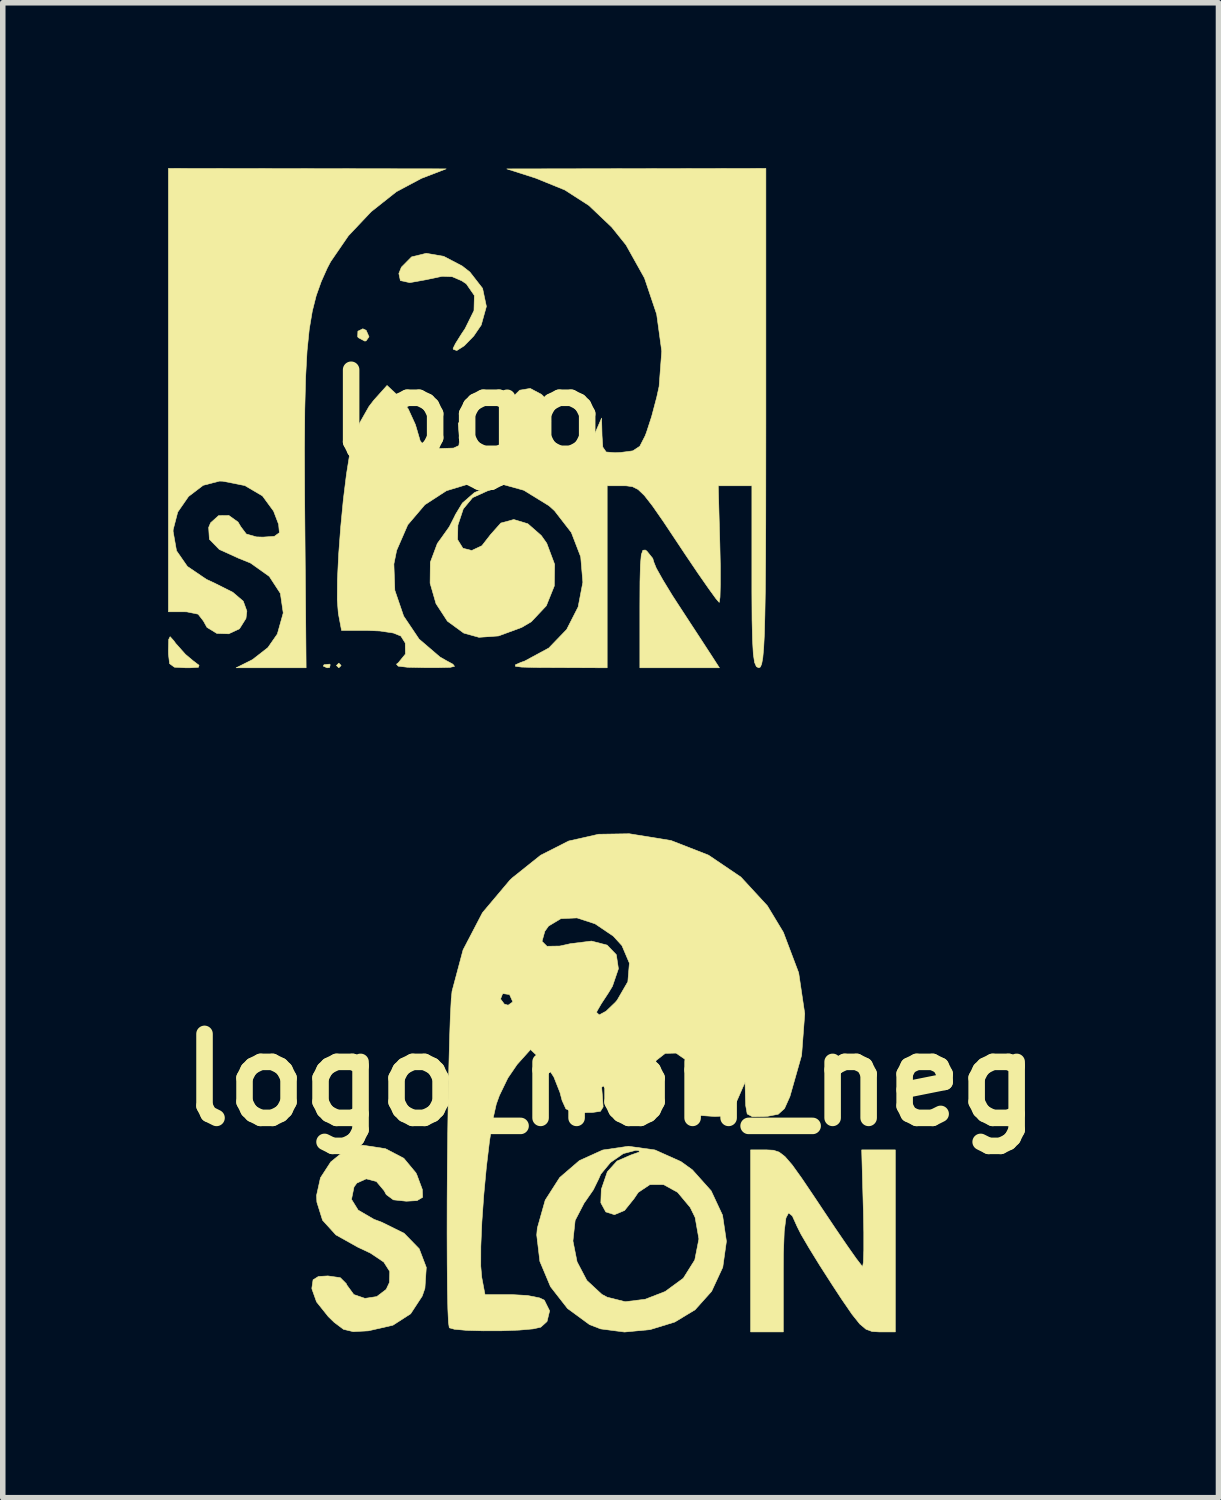
<source format=kicad_pcb>
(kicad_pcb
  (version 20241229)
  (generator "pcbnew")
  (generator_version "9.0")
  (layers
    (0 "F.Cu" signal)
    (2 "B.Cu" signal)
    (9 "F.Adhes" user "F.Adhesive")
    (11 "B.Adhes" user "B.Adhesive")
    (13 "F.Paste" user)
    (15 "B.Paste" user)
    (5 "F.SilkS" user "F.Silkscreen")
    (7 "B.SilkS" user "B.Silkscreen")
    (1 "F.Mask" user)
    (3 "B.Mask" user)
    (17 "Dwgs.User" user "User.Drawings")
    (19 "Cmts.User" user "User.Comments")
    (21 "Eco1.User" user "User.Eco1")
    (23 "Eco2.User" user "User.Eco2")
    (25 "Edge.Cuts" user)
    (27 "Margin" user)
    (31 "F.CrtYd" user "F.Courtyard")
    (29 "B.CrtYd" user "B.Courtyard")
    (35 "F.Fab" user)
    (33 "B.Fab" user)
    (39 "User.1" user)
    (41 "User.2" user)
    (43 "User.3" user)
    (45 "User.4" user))
  (footprint "logo_non_neg"
    (layer "F.Cu")
    (at 8.026 16.539)
    (property "Reference" "logo_non_neg" (at 0 0 0) (layer "F.SilkS") (effects (font (size 1.524 1.524) (thickness 0.3))))
    (attr through_hole)
    (fp_poly (pts (xy 2.954 1.276) (xy 3.057 1.31) (xy 3.163 1.391) (xy 3.293 1.541) (xy 3.466 1.782) (xy 3.704 2.135) (xy 3.831 2.326) (xy 4.078 2.695) (xy 4.292 3.008) (xy 4.456 3.241) (xy 4.554 3.368) (xy 4.572 3.385) (xy 4.586 3.306) (xy 4.593 3.09) (xy 4.593 2.769) (xy 4.586 2.375) (xy 4.584 2.328) (xy 4.555 1.27) (xy 5.165 1.27) (xy 5.165 4.572) (xy 4.872 4.572) (xy 4.743 4.564) (xy 4.634 4.524) (xy 4.521 4.429) (xy 4.381 4.254) (xy 4.19 3.976) (xy 4.019 3.715) (xy 3.793 3.363) (xy 3.598 3.046) (xy 3.454 2.8) (xy 3.386 2.665) (xy 3.297 2.468) (xy 3.229 2.413) (xy 3.181 2.504) (xy 3.15 2.748) (xy 3.135 3.151) (xy 3.133 3.466) (xy 3.133 4.572) (xy 2.54 4.572) (xy 2.54 1.27) (xy 2.836 1.27) (xy 2.954 1.276)) (stroke (width 0.01) (type solid)) (fill yes) (layer "F.SilkS"))
    (fp_poly (pts (xy -4.084 1.248) (xy -3.751 1.422) (xy -3.53 1.688) (xy -3.511 1.73) (xy -3.415 1.988) (xy -3.41 2.13) (xy -3.511 2.19) (xy -3.705 2.201) (xy -3.94 2.176) (xy -4.07 2.08) (xy -4.107 2.011) (xy -4.248 1.843) (xy -4.433 1.795) (xy -4.603 1.872) (xy -4.654 1.942) (xy -4.7 2.167) (xy -4.579 2.362) (xy -4.293 2.529) (xy -4.151 2.582) (xy -3.745 2.783) (xy -3.472 3.063) (xy -3.343 3.402) (xy -3.368 3.78) (xy -3.417 3.922) (xy -3.627 4.243) (xy -3.948 4.45) (xy -4.393 4.552) (xy -4.405 4.553) (xy -4.668 4.567) (xy -4.845 4.525) (xy -5.014 4.398) (xy -5.12 4.295) (xy -5.334 4.027) (xy -5.418 3.792) (xy -5.419 3.776) (xy -5.397 3.627) (xy -5.3 3.566) (xy -5.128 3.556) (xy -4.903 3.588) (xy -4.794 3.697) (xy -4.785 3.721) (xy -4.658 3.894) (xy -4.457 3.963) (xy -4.242 3.931) (xy -4.071 3.801) (xy -4.012 3.676) (xy -4.006 3.475) (xy -4.114 3.305) (xy -4.355 3.143) (xy -4.588 3.033) (xy -4.983 2.812) (xy -5.225 2.546) (xy -5.328 2.217) (xy -5.334 2.097) (xy -5.263 1.776) (xy -5.076 1.488) (xy -4.816 1.277) (xy -4.521 1.186) (xy -4.493 1.185) (xy -4.084 1.248)) (stroke (width 0.01) (type solid)) (fill yes) (layer "F.SilkS"))
    (fp_poly (pts (xy 0.805 1.271) (xy 1.276 1.482) (xy 1.484 1.632) (xy 1.824 2.012) (xy 2.031 2.455) (xy 2.101 2.928) (xy 2.035 3.399) (xy 1.833 3.835) (xy 1.533 4.17) (xy 1.164 4.393) (xy 0.717 4.53) (xy 0.25 4.574) (xy -0.181 4.517) (xy -0.381 4.44) (xy -0.781 4.147) (xy -1.09 3.751) (xy -1.283 3.292) (xy -1.327 2.922) (xy -0.683 2.922) (xy -0.608 3.3) (xy -0.43 3.639) (xy -0.159 3.89) (xy -0.062 3.942) (xy 0.266 4.024) (xy 0.629 3.979) (xy 0.99 3.839) (xy 1.319 3.598) (xy 1.527 3.267) (xy 1.602 2.886) (xy 1.533 2.494) (xy 1.444 2.313) (xy 1.215 2.039) (xy 0.962 1.9) (xy 0.714 1.899) (xy 0.502 2.041) (xy 0.425 2.155) (xy 0.253 2.369) (xy 0.07 2.445) (xy -0.087 2.395) (xy -0.177 2.23) (xy -0.168 1.985) (xy -0.059 1.667) (xy 0.117 1.472) (xy 0.37 1.362) (xy 0.522 1.309) (xy 0.513 1.283) (xy 0.456 1.278) (xy 0.231 1.337) (xy -0.002 1.498) (xy -0.178 1.71) (xy -0.218 1.801) (xy -0.313 1.995) (xy -0.464 2.213) (xy -0.477 2.229) (xy -0.643 2.549) (xy -0.683 2.922) (xy -1.327 2.922) (xy -1.34 2.813) (xy -1.329 2.689) (xy -1.186 2.182) (xy -0.923 1.771) (xy -0.566 1.464) (xy -0.142 1.272) (xy 0.324 1.204) (xy 0.805 1.271)) (stroke (width 0.01) (type solid)) (fill yes) (layer "F.SilkS"))
    (fp_poly (pts (xy 1.097 -4.342) (xy 1.776 -4.077) (xy 2.363 -3.68) (xy 2.844 -3.158) (xy 3.134 -2.678) (xy 3.412 -1.942) (xy 3.522 -1.2) (xy 3.465 -0.445) (xy 3.253 0.301) (xy 3.155 0.52) (xy 3.041 0.623) (xy 2.851 0.66) (xy 2.789 0.665) (xy 2.574 0.669) (xy 2.478 0.618) (xy 2.451 0.467) (xy 2.447 0.363) (xy 2.439 0.042) (xy 2.299 0.363) (xy 2.196 0.566) (xy 2.084 0.653) (xy 1.896 0.664) (xy 1.82 0.659) (xy 1.482 0.635) (xy 1.511 0.227) (xy 1.508 -0.082) (xy 1.437 -0.285) (xy 1.392 -0.344) (xy 1.187 -0.486) (xy 0.991 -0.481) (xy 0.828 -0.354) (xy 0.726 -0.126) (xy 0.709 0.179) (xy 0.719 0.251) (xy 0.777 0.593) (xy 0.431 0.593) (xy 0.179 0.567) (xy 0.085 0.491) (xy 0.085 0.482) (xy 0.035 0.334) (xy -0.047 0.207) (xy -0.135 0.108) (xy -0.162 0.136) (xy -0.147 0.311) (xy -0.147 0.318) (xy -0.135 0.491) (xy -0.184 0.57) (xy -0.337 0.592) (xy -0.47 0.593) (xy -0.693 0.583) (xy -0.811 0.525) (xy -0.88 0.373) (xy -0.918 0.229) (xy -1.029 -0.052) (xy -1.189 -0.297) (xy -1.231 -0.342) (xy -1.453 -0.55) (xy -1.696 -0.279) (xy -1.864 -0.033) (xy -2.017 0.283) (xy -2.074 0.441) (xy -2.136 0.719) (xy -2.197 1.113) (xy -2.253 1.582) (xy -2.3 2.084) (xy -2.335 2.578) (xy -2.354 3.023) (xy -2.355 3.378) (xy -2.337 3.583) (xy -2.278 3.895) (xy -1.791 3.895) (xy -1.507 3.911) (xy -1.287 3.955) (xy -1.202 3.996) (xy -1.106 4.189) (xy -1.153 4.383) (xy -1.267 4.486) (xy -1.406 4.517) (xy -1.658 4.539) (xy -1.973 4.551) (xy -2.306 4.552) (xy -2.608 4.544) (xy -2.831 4.524) (xy -2.926 4.497) (xy -2.941 4.399) (xy -2.952 4.156) (xy -2.96 3.79) (xy -2.964 3.325) (xy -2.966 2.784) (xy -2.965 2.191) (xy -2.961 1.57) (xy -2.954 0.943) (xy -2.945 0.333) (xy -2.934 -0.234) (xy -2.921 -0.737) (xy -2.907 -1.152) (xy -2.891 -1.455) (xy -2.89 -1.467) (xy -1.996 -1.467) (xy -1.928 -1.375) (xy -1.858 -1.355) (xy -1.78 -1.411) (xy -1.778 -1.425) (xy -1.833 -1.548) (xy -1.948 -1.565) (xy -1.961 -1.558) (xy -1.996 -1.467) (xy -2.89 -1.467) (xy -2.876 -1.609) (xy -2.676 -2.358) (xy -2.595 -2.513) (xy -1.244 -2.513) (xy -1.154 -2.424) (xy -0.921 -2.428) (xy -0.728 -2.471) (xy -0.346 -2.518) (xy -0.063 -2.445) (xy 0.104 -2.271) (xy 0.142 -2.016) (xy 0.034 -1.699) (xy -0.038 -1.58) (xy -0.168 -1.382) (xy -0.245 -1.249) (xy -0.254 -1.224) (xy -0.206 -1.179) (xy -0.082 -1.246) (xy 0.086 -1.407) (xy 0.119 -1.446) (xy 0.313 -1.781) (xy 0.341 -2.118) (xy 0.206 -2.436) (xy 0.049 -2.608) (xy -0.281 -2.831) (xy -0.609 -2.938) (xy -0.901 -2.925) (xy -1.126 -2.79) (xy -1.193 -2.695) (xy -1.244 -2.513) (xy -2.595 -2.513) (xy -2.324 -3.033) (xy -1.827 -3.623) (xy -1.779 -3.668) (xy -1.269 -4.075) (xy -0.761 -4.333) (xy -0.217 -4.456) (xy 0.339 -4.465) (xy 1.097 -4.342)) (stroke (width 0.01) (type solid)) (fill yes) (layer "F.SilkS")))
  (footprint "logo"
    (layer "F.Cu")
    (at 5.424 4.492)
    (property "Reference" "logo" (at 0 0 0) (layer "F.SilkS") (effects (font (size 1.524 1.524) (thickness 0.3))))
    (attr through_hole)
    (fp_poly (pts (xy -2.286 4.53) (xy -2.328 4.572) (xy -2.371 4.53) (xy -2.328 4.487) (xy -2.286 4.53)) (stroke (width 0.01) (type solid)) (fill yes) (layer "F.SilkS"))
    (fp_poly (pts (xy -2.484 4.516) (xy -2.495 4.566) (xy -2.54 4.572) (xy -2.61 4.541) (xy -2.596 4.516) (xy -2.496 4.505) (xy -2.484 4.516)) (stroke (width 0.01) (type solid)) (fill yes) (layer "F.SilkS"))
    (fp_poly (pts (xy -1.832 -1.55) (xy -1.78 -1.433) (xy -1.834 -1.358) (xy -1.858 -1.355) (xy -1.973 -1.416) (xy -1.986 -1.433) (xy -1.982 -1.534) (xy -1.892 -1.578) (xy -1.832 -1.55)) (stroke (width 0.01) (type solid)) (fill yes) (layer "F.SilkS"))
    (fp_poly (pts (xy -5.319 4.084) (xy -5.289 4.127) (xy -5.111 4.327) (xy -4.974 4.442) (xy -4.863 4.527) (xy -4.875 4.563) (xy -5.031 4.572) (xy -5.103 4.572) (xy -5.31 4.561) (xy -5.398 4.496) (xy -5.418 4.324) (xy -5.419 4.257) (xy -5.414 4.057) (xy -5.388 4.007) (xy -5.319 4.084)) (stroke (width 0.01) (type solid)) (fill yes) (layer "F.SilkS"))
    (fp_poly (pts (xy 3.26 2.455) (xy 3.367 2.588) (xy 3.387 2.656) (xy 3.431 2.765) (xy 3.55 2.977) (xy 3.721 3.258) (xy 3.832 3.429) (xy 4.044 3.754) (xy 4.239 4.052) (xy 4.384 4.275) (xy 4.426 4.339) (xy 4.576 4.572) (xy 3.133 4.572) (xy 3.133 3.461) (xy 3.135 3.01) (xy 3.143 2.704) (xy 3.159 2.522) (xy 3.188 2.44) (xy 3.231 2.435) (xy 3.26 2.455)) (stroke (width 0.01) (type solid)) (fill yes) (layer "F.SilkS"))
    (fp_poly (pts (xy -0.425 -2.892) (xy -0.092 -2.718) (xy 0.049 -2.608) (xy 0.28 -2.311) (xy 0.349 -1.983) (xy 0.255 -1.645) (xy 0.119 -1.446) (xy -0.053 -1.269) (xy -0.188 -1.183) (xy -0.252 -1.206) (xy -0.254 -1.224) (xy -0.211 -1.311) (xy -0.101 -1.486) (xy -0.038 -1.58) (xy 0.124 -1.908) (xy 0.131 -2.182) (xy -0.016 -2.394) (xy -0.101 -2.45) (xy -0.272 -2.523) (xy -0.453 -2.53) (xy -0.717 -2.474) (xy -0.728 -2.471) (xy -1.04 -2.415) (xy -1.211 -2.452) (xy -1.239 -2.581) (xy -1.193 -2.695) (xy -1.008 -2.882) (xy -0.741 -2.947) (xy -0.425 -2.892)) (stroke (width 0.01) (type solid)) (fill yes) (layer "F.SilkS"))
    (fp_poly (pts (xy 0.537 1.294) (xy 0.461 1.334) (xy 0.37 1.362) (xy 0.099 1.485) (xy -0.07 1.689) (xy -0.168 1.985) (xy -0.174 2.246) (xy -0.077 2.403) (xy 0.083 2.444) (xy 0.267 2.358) (xy 0.425 2.155) (xy 0.611 1.946) (xy 0.846 1.882) (xy 1.101 1.959) (xy 1.344 2.172) (xy 1.444 2.313) (xy 1.587 2.695) (xy 1.581 3.087) (xy 1.436 3.447) (xy 1.164 3.736) (xy 0.99 3.839) (xy 0.569 3.994) (xy 0.214 4.019) (xy -0.062 3.942) (xy -0.358 3.726) (xy -0.565 3.408) (xy -0.672 3.037) (xy -0.668 2.657) (xy -0.541 2.317) (xy -0.477 2.229) (xy -0.324 2.014) (xy -0.222 1.814) (xy -0.218 1.801) (xy -0.086 1.583) (xy 0.13 1.395) (xy 0.367 1.287) (xy 0.456 1.278) (xy 0.537 1.294)) (stroke (width 0.01) (type solid)) (fill yes) (layer "F.SilkS"))
    (fp_poly (pts (xy -2.9 -4.483) (xy -0.381 -4.479) (xy -0.828 -4.307) (xy -1.284 -4.064) (xy -1.741 -3.702) (xy -2.154 -3.265) (xy -2.476 -2.796) (xy -2.537 -2.68) (xy -2.647 -2.434) (xy -2.738 -2.179) (xy -2.809 -1.898) (xy -2.864 -1.57) (xy -2.904 -1.176) (xy -2.93 -0.697) (xy -2.945 -0.115) (xy -2.951 0.591) (xy -2.948 1.44) (xy -2.945 1.799) (xy -2.921 4.572) (xy -4.191 4.572) (xy -3.895 4.424) (xy -3.615 4.206) (xy -3.443 3.959) (xy -3.336 3.577) (xy -3.388 3.222) (xy -3.589 2.914) (xy -3.929 2.672) (xy -4.151 2.582) (xy -4.496 2.425) (xy -4.676 2.24) (xy -4.689 2.026) (xy -4.654 1.942) (xy -4.508 1.811) (xy -4.322 1.809) (xy -4.156 1.928) (xy -4.107 2.011) (xy -4.006 2.145) (xy -3.823 2.197) (xy -3.705 2.201) (xy -3.497 2.187) (xy -3.406 2.121) (xy -3.42 1.969) (xy -3.511 1.73) (xy -3.713 1.454) (xy -4.033 1.266) (xy -4.434 1.187) (xy -4.493 1.185) (xy -4.789 1.262) (xy -5.054 1.464) (xy -5.25 1.747) (xy -5.333 2.066) (xy -5.334 2.097) (xy -5.272 2.449) (xy -5.075 2.733) (xy -4.73 2.967) (xy -4.588 3.033) (xy -4.251 3.202) (xy -4.061 3.364) (xy -3.996 3.543) (xy -4.012 3.676) (xy -4.13 3.864) (xy -4.325 3.955) (xy -4.541 3.948) (xy -4.72 3.838) (xy -4.785 3.721) (xy -4.88 3.599) (xy -5.085 3.557) (xy -5.128 3.556) (xy -5.419 3.556) (xy -5.419 -4.487) (xy -2.9 -4.483)) (stroke (width 0.01) (type solid)) (fill yes) (layer "F.SilkS"))
    (fp_poly (pts (xy 5.419 0.042) (xy 5.418 1.043) (xy 5.417 1.888) (xy 5.414 2.589) (xy 5.409 3.159) (xy 5.401 3.611) (xy 5.392 3.959) (xy 5.379 4.214) (xy 5.363 4.39) (xy 5.343 4.5) (xy 5.32 4.556) (xy 5.292 4.572) (xy 5.247 4.551) (xy 5.214 4.475) (xy 5.191 4.322) (xy 5.177 4.072) (xy 5.168 3.703) (xy 5.165 3.195) (xy 5.165 2.921) (xy 5.165 1.27) (xy 4.555 1.27) (xy 4.584 2.328) (xy 4.593 2.729) (xy 4.593 3.06) (xy 4.587 3.289) (xy 4.574 3.384) (xy 4.572 3.385) (xy 4.513 3.317) (xy 4.379 3.132) (xy 4.186 2.855) (xy 3.953 2.51) (xy 3.831 2.326) (xy 3.56 1.919) (xy 3.361 1.633) (xy 3.215 1.446) (xy 3.101 1.337) (xy 2.999 1.286) (xy 2.89 1.271) (xy 2.836 1.27) (xy 2.54 1.27) (xy 2.54 4.572) (xy 1.63 4.568) (xy 1.234 4.566) (xy 0.988 4.559) (xy 0.875 4.544) (xy 0.875 4.518) (xy 0.969 4.476) (xy 1.045 4.449) (xy 1.481 4.213) (xy 1.805 3.877) (xy 2.013 3.469) (xy 2.099 3.02) (xy 2.06 2.559) (xy 1.89 2.117) (xy 1.585 1.723) (xy 1.484 1.632) (xy 1.027 1.351) (xy 0.548 1.218) (xy 0.072 1.224) (xy -0.376 1.36) (xy -0.767 1.614) (xy -1.077 1.978) (xy -1.279 2.442) (xy -1.329 2.689) (xy -1.312 3.166) (xy -1.152 3.634) (xy -0.872 4.051) (xy -0.494 4.375) (xy -0.381 4.44) (xy -0.259 4.506) (xy -0.229 4.545) (xy -0.31 4.564) (xy -0.525 4.569) (xy -0.762 4.569) (xy -1.083 4.562) (xy -1.251 4.542) (xy -1.282 4.506) (xy -1.249 4.481) (xy -1.12 4.323) (xy -1.123 4.122) (xy -1.202 3.996) (xy -1.338 3.941) (xy -1.582 3.904) (xy -1.791 3.895) (xy -2.278 3.895) (xy -2.337 3.583) (xy -2.356 3.34) (xy -2.353 2.972) (xy -2.331 2.518) (xy -2.294 2.021) (xy -2.246 1.521) (xy -2.189 1.059) (xy -2.128 0.678) (xy -2.074 0.441) (xy -1.948 0.126) (xy -1.781 -0.168) (xy -1.696 -0.279) (xy -1.453 -0.55) (xy -1.231 -0.342) (xy -1.068 -0.123) (xy -0.939 0.159) (xy -0.918 0.229) (xy -0.852 0.454) (xy -0.769 0.56) (xy -0.611 0.591) (xy -0.47 0.593) (xy -0.247 0.586) (xy -0.15 0.541) (xy -0.136 0.42) (xy -0.147 0.318) (xy -0.162 0.139) (xy -0.136 0.107) (xy -0.05 0.203) (xy -0.047 0.207) (xy 0.056 0.376) (xy 0.085 0.482) (xy 0.165 0.562) (xy 0.403 0.592) (xy 0.431 0.593) (xy 0.777 0.593) (xy 0.719 0.251) (xy 0.715 -0.067) (xy 0.801 -0.313) (xy 0.953 -0.464) (xy 1.144 -0.496) (xy 1.349 -0.387) (xy 1.392 -0.344) (xy 1.49 -0.166) (xy 1.517 0.098) (xy 1.511 0.227) (xy 1.482 0.635) (xy 1.82 0.659) (xy 2.042 0.662) (xy 2.169 0.601) (xy 2.267 0.434) (xy 2.299 0.363) (xy 2.439 0.042) (xy 2.447 0.363) (xy 2.461 0.569) (xy 2.522 0.657) (xy 2.68 0.67) (xy 2.789 0.665) (xy 3.006 0.636) (xy 3.132 0.553) (xy 3.228 0.366) (xy 3.253 0.301) (xy 3.346 0.015) (xy 3.439 -0.336) (xy 3.482 -0.531) (xy 3.53 -1.172) (xy 3.438 -1.842) (xy 3.217 -2.498) (xy 2.882 -3.098) (xy 2.622 -3.422) (xy 2.208 -3.815) (xy 1.771 -4.096) (xy 1.242 -4.311) (xy 1.199 -4.325) (xy 0.72 -4.478) (xy 5.419 -4.487) (xy 5.419 0.042)) (stroke (width 0.01) (type solid)) (fill yes) (layer "F.SilkS")))
  (gr_rect
    (start -3 -3)
    (end 19.053 24.118)
    (stroke (width 0.1) (type default))
    (fill no)
    (layer "Edge.Cuts")))
</source>
